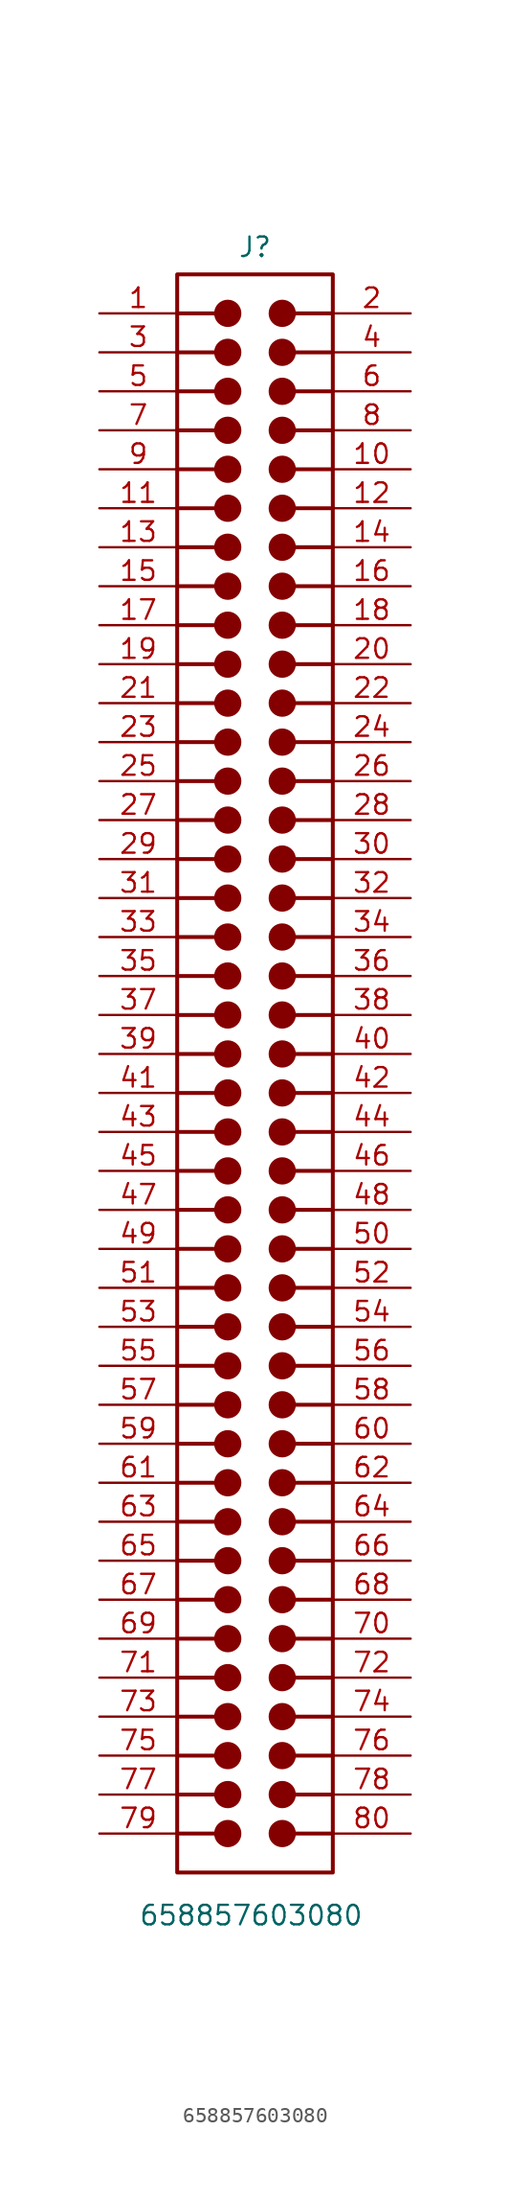
<source format=kicad_sym>
(kicad_symbol_lib
  (version 20241209)
  (generator "kicad_symbol_editor")
  (generator_version "9.0")
  (symbol "658857603080"
    (pin_names
      (hide yes))
    (property "Reference" "J"
      (at 0 52.578 0)
      (effects (font (size 1.27 1.27))))
    (property "Value" "658857603080"
      (at -0.254 -56.134 0)
      (effects (font (size 1.27 1.27))))
    (symbol "658857603080_1_1"
      (rectangle (start -5.08 50.8) (end 5.08 -53.34) (stroke (width 0.254) (type solid)) (fill (type none)))
      (polyline (pts (xy -5.08 48.26) (xy -2.54 48.26)) (stroke (width 0.254) (type solid)) (fill (type none)))
      (polyline (pts (xy -5.08 45.72) (xy -2.54 45.72)) (stroke (width 0.254) (type solid)) (fill (type none)))
      (polyline (pts (xy -5.08 43.18) (xy -2.54 43.18)) (stroke (width 0.254) (type solid)) (fill (type none)))
      (polyline (pts (xy -5.08 40.64) (xy -2.54 40.64)) (stroke (width 0.254) (type solid)) (fill (type none)))
      (polyline (pts (xy -5.08 38.1) (xy -2.54 38.1)) (stroke (width 0.254) (type solid)) (fill (type none)))
      (polyline (pts (xy -5.08 35.56) (xy -2.54 35.56)) (stroke (width 0.254) (type solid)) (fill (type none)))
      (polyline (pts (xy -5.08 33.02) (xy -2.54 33.02)) (stroke (width 0.254) (type solid)) (fill (type none)))
      (polyline (pts (xy -5.08 30.48) (xy -2.54 30.48)) (stroke (width 0.254) (type solid)) (fill (type none)))
      (polyline (pts (xy -5.08 27.94) (xy -2.54 27.94)) (stroke (width 0.254) (type solid)) (fill (type none)))
      (polyline (pts (xy -5.08 25.4) (xy -2.54 25.4)) (stroke (width 0.254) (type solid)) (fill (type none)))
      (polyline (pts (xy -5.08 22.86) (xy -2.54 22.86)) (stroke (width 0.254) (type solid)) (fill (type none)))
      (polyline (pts (xy -5.08 20.32) (xy -2.54 20.32)) (stroke (width 0.254) (type solid)) (fill (type none)))
      (polyline (pts (xy -5.08 17.78) (xy -2.54 17.78)) (stroke (width 0.254) (type solid)) (fill (type none)))
      (polyline (pts (xy -5.08 15.24) (xy -2.54 15.24)) (stroke (width 0.254) (type solid)) (fill (type none)))
      (polyline (pts (xy -5.08 12.7) (xy -2.54 12.7)) (stroke (width 0.254) (type solid)) (fill (type none)))
      (polyline (pts (xy -5.08 10.16) (xy -2.54 10.16)) (stroke (width 0.254) (type solid)) (fill (type none)))
      (polyline (pts (xy -5.08 7.62) (xy -2.54 7.62)) (stroke (width 0.254) (type solid)) (fill (type none)))
      (polyline (pts (xy -5.08 5.08) (xy -2.54 5.08)) (stroke (width 0.254) (type solid)) (fill (type none)))
      (polyline (pts (xy -5.08 2.54) (xy -2.54 2.54)) (stroke (width 0.254) (type solid)) (fill (type none)))
      (polyline (pts (xy -5.08 0) (xy -2.54 0)) (stroke (width 0.254) (type solid)) (fill (type none)))
      (polyline (pts (xy -5.08 -2.54) (xy -2.54 -2.54)) (stroke (width 0.254) (type solid)) (fill (type none)))
      (polyline (pts (xy -5.08 -5.08) (xy -2.54 -5.08)) (stroke (width 0.254) (type solid)) (fill (type none)))
      (polyline (pts (xy -5.08 -7.62) (xy -2.54 -7.62)) (stroke (width 0.254) (type solid)) (fill (type none)))
      (polyline (pts (xy -5.08 -10.16) (xy -2.54 -10.16)) (stroke (width 0.254) (type solid)) (fill (type none)))
      (polyline (pts (xy -5.08 -12.7) (xy -2.54 -12.7)) (stroke (width 0.254) (type solid)) (fill (type none)))
      (polyline (pts (xy -5.08 -15.24) (xy -2.54 -15.24)) (stroke (width 0.254) (type solid)) (fill (type none)))
      (polyline (pts (xy -5.08 -17.78) (xy -2.54 -17.78)) (stroke (width 0.254) (type solid)) (fill (type none)))
      (polyline (pts (xy -5.08 -20.32) (xy -2.54 -20.32)) (stroke (width 0.254) (type solid)) (fill (type none)))
      (polyline (pts (xy -5.08 -22.86) (xy -2.54 -22.86)) (stroke (width 0.254) (type solid)) (fill (type none)))
      (polyline (pts (xy -5.08 -25.4) (xy -2.54 -25.4)) (stroke (width 0.254) (type solid)) (fill (type none)))
      (polyline (pts (xy -5.08 -27.94) (xy -2.54 -27.94)) (stroke (width 0.254) (type solid)) (fill (type none)))
      (polyline (pts (xy -5.08 -30.48) (xy -2.54 -30.48)) (stroke (width 0.254) (type solid)) (fill (type none)))
      (polyline (pts (xy -5.08 -33.02) (xy -2.54 -33.02)) (stroke (width 0.254) (type solid)) (fill (type none)))
      (polyline (pts (xy -5.08 -35.56) (xy -2.54 -35.56)) (stroke (width 0.254) (type solid)) (fill (type none)))
      (polyline (pts (xy -5.08 -38.1) (xy -2.54 -38.1)) (stroke (width 0.254) (type solid)) (fill (type none)))
      (polyline (pts (xy -5.08 -40.64) (xy -2.54 -40.64)) (stroke (width 0.254) (type solid)) (fill (type none)))
      (polyline (pts (xy -5.08 -43.18) (xy -2.54 -43.18)) (stroke (width 0.254) (type solid)) (fill (type none)))
      (polyline (pts (xy -5.08 -45.72) (xy -2.54 -45.72)) (stroke (width 0.254) (type solid)) (fill (type none)))
      (polyline (pts (xy -5.08 -48.26) (xy -2.54 -48.26)) (stroke (width 0.254) (type solid)) (fill (type none)))
      (polyline (pts (xy -5.08 -50.8) (xy -2.54 -50.8)) (stroke (width 0.254) (type solid)) (fill (type none)))
      (circle (center -1.778 48.26) (radius 0.762) (stroke (width 0.254) (type solid)) (fill (type outline)))
      (circle (center -1.778 45.72) (radius 0.762) (stroke (width 0.254) (type solid)) (fill (type outline)))
      (circle (center -1.778 43.18) (radius 0.762) (stroke (width 0.254) (type solid)) (fill (type outline)))
      (circle (center -1.778 40.64) (radius 0.762) (stroke (width 0.254) (type solid)) (fill (type outline)))
      (circle (center -1.778 38.1) (radius 0.762) (stroke (width 0.254) (type solid)) (fill (type outline)))
      (circle (center -1.778 35.56) (radius 0.762) (stroke (width 0.254) (type solid)) (fill (type outline)))
      (circle (center -1.778 33.02) (radius 0.762) (stroke (width 0.254) (type solid)) (fill (type outline)))
      (circle (center -1.778 30.48) (radius 0.762) (stroke (width 0.254) (type solid)) (fill (type outline)))
      (circle (center -1.778 27.94) (radius 0.762) (stroke (width 0.254) (type solid)) (fill (type outline)))
      (circle (center -1.778 25.4) (radius 0.762) (stroke (width 0.254) (type solid)) (fill (type outline)))
      (circle (center -1.778 22.86) (radius 0.762) (stroke (width 0.254) (type solid)) (fill (type outline)))
      (circle (center -1.778 20.32) (radius 0.762) (stroke (width 0.254) (type solid)) (fill (type outline)))
      (circle (center -1.778 17.78) (radius 0.762) (stroke (width 0.254) (type solid)) (fill (type outline)))
      (circle (center -1.778 15.24) (radius 0.762) (stroke (width 0.254) (type solid)) (fill (type outline)))
      (circle (center -1.778 12.7) (radius 0.762) (stroke (width 0.254) (type solid)) (fill (type outline)))
      (circle (center -1.778 10.16) (radius 0.762) (stroke (width 0.254) (type solid)) (fill (type outline)))
      (circle (center -1.778 7.62) (radius 0.762) (stroke (width 0.254) (type solid)) (fill (type outline)))
      (circle (center -1.778 5.08) (radius 0.762) (stroke (width 0.254) (type solid)) (fill (type outline)))
      (circle (center -1.778 2.54) (radius 0.762) (stroke (width 0.254) (type solid)) (fill (type outline)))
      (circle (center -1.778 0) (radius 0.762) (stroke (width 0.254) (type solid)) (fill (type outline)))
      (circle (center -1.778 -2.54) (radius 0.762) (stroke (width 0.254) (type solid)) (fill (type outline)))
      (circle (center -1.778 -5.08) (radius 0.762) (stroke (width 0.254) (type solid)) (fill (type outline)))
      (circle (center -1.778 -7.62) (radius 0.762) (stroke (width 0.254) (type solid)) (fill (type outline)))
      (circle (center -1.778 -10.16) (radius 0.762) (stroke (width 0.254) (type solid)) (fill (type outline)))
      (circle (center -1.778 -12.7) (radius 0.762) (stroke (width 0.254) (type solid)) (fill (type outline)))
      (circle (center -1.778 -15.24) (radius 0.762) (stroke (width 0.254) (type solid)) (fill (type outline)))
      (circle (center -1.778 -17.78) (radius 0.762) (stroke (width 0.254) (type solid)) (fill (type outline)))
      (circle (center -1.778 -20.32) (radius 0.762) (stroke (width 0.254) (type solid)) (fill (type outline)))
      (circle (center -1.778 -22.86) (radius 0.762) (stroke (width 0.254) (type solid)) (fill (type outline)))
      (circle (center -1.778 -25.4) (radius 0.762) (stroke (width 0.254) (type solid)) (fill (type outline)))
      (circle (center -1.778 -27.94) (radius 0.762) (stroke (width 0.254) (type solid)) (fill (type outline)))
      (circle (center -1.778 -30.48) (radius 0.762) (stroke (width 0.254) (type solid)) (fill (type outline)))
      (circle (center -1.778 -33.02) (radius 0.762) (stroke (width 0.254) (type solid)) (fill (type outline)))
      (circle (center -1.778 -35.56) (radius 0.762) (stroke (width 0.254) (type solid)) (fill (type outline)))
      (circle (center -1.778 -38.1) (radius 0.762) (stroke (width 0.254) (type solid)) (fill (type outline)))
      (circle (center -1.778 -40.64) (radius 0.762) (stroke (width 0.254) (type solid)) (fill (type outline)))
      (circle (center -1.778 -43.18) (radius 0.762) (stroke (width 0.254) (type solid)) (fill (type outline)))
      (circle (center -1.778 -45.72) (radius 0.762) (stroke (width 0.254) (type solid)) (fill (type outline)))
      (circle (center -1.778 -48.26) (radius 0.762) (stroke (width 0.254) (type solid)) (fill (type outline)))
      (circle (center -1.778 -50.8) (radius 0.762) (stroke (width 0.254) (type solid)) (fill (type outline)))
      (circle (center 1.778 48.26) (radius 0.762) (stroke (width 0.254) (type solid)) (fill (type outline)))
      (circle (center 1.778 45.72) (radius 0.762) (stroke (width 0.254) (type solid)) (fill (type outline)))
      (circle (center 1.778 43.18) (radius 0.762) (stroke (width 0.254) (type solid)) (fill (type outline)))
      (circle (center 1.778 40.64) (radius 0.762) (stroke (width 0.254) (type solid)) (fill (type outline)))
      (circle (center 1.778 38.1) (radius 0.762) (stroke (width 0.254) (type solid)) (fill (type outline)))
      (circle (center 1.778 35.56) (radius 0.762) (stroke (width 0.254) (type solid)) (fill (type outline)))
      (circle (center 1.778 33.02) (radius 0.762) (stroke (width 0.254) (type solid)) (fill (type outline)))
      (circle (center 1.778 30.48) (radius 0.762) (stroke (width 0.254) (type solid)) (fill (type outline)))
      (circle (center 1.778 27.94) (radius 0.762) (stroke (width 0.254) (type solid)) (fill (type outline)))
      (circle (center 1.778 25.4) (radius 0.762) (stroke (width 0.254) (type solid)) (fill (type outline)))
      (circle (center 1.778 22.86) (radius 0.762) (stroke (width 0.254) (type solid)) (fill (type outline)))
      (circle (center 1.778 20.32) (radius 0.762) (stroke (width 0.254) (type solid)) (fill (type outline)))
      (circle (center 1.778 17.78) (radius 0.762) (stroke (width 0.254) (type solid)) (fill (type outline)))
      (circle (center 1.778 15.24) (radius 0.762) (stroke (width 0.254) (type solid)) (fill (type outline)))
      (circle (center 1.778 12.7) (radius 0.762) (stroke (width 0.254) (type solid)) (fill (type outline)))
      (circle (center 1.778 10.16) (radius 0.762) (stroke (width 0.254) (type solid)) (fill (type outline)))
      (circle (center 1.778 7.62) (radius 0.762) (stroke (width 0.254) (type solid)) (fill (type outline)))
      (circle (center 1.778 5.08) (radius 0.762) (stroke (width 0.254) (type solid)) (fill (type outline)))
      (circle (center 1.778 2.54) (radius 0.762) (stroke (width 0.254) (type solid)) (fill (type outline)))
      (circle (center 1.778 0) (radius 0.762) (stroke (width 0.254) (type solid)) (fill (type outline)))
      (circle (center 1.778 -2.54) (radius 0.762) (stroke (width 0.254) (type solid)) (fill (type outline)))
      (circle (center 1.778 -5.08) (radius 0.762) (stroke (width 0.254) (type solid)) (fill (type outline)))
      (circle (center 1.778 -7.62) (radius 0.762) (stroke (width 0.254) (type solid)) (fill (type outline)))
      (circle (center 1.778 -10.16) (radius 0.762) (stroke (width 0.254) (type solid)) (fill (type outline)))
      (circle (center 1.778 -12.7) (radius 0.762) (stroke (width 0.254) (type solid)) (fill (type outline)))
      (circle (center 1.778 -15.24) (radius 0.762) (stroke (width 0.254) (type solid)) (fill (type outline)))
      (circle (center 1.778 -17.78) (radius 0.762) (stroke (width 0.254) (type solid)) (fill (type outline)))
      (circle (center 1.778 -20.32) (radius 0.762) (stroke (width 0.254) (type solid)) (fill (type outline)))
      (circle (center 1.778 -22.86) (radius 0.762) (stroke (width 0.254) (type solid)) (fill (type outline)))
      (circle (center 1.778 -25.4) (radius 0.762) (stroke (width 0.254) (type solid)) (fill (type outline)))
      (circle (center 1.778 -27.94) (radius 0.762) (stroke (width 0.254) (type solid)) (fill (type outline)))
      (circle (center 1.778 -30.48) (radius 0.762) (stroke (width 0.254) (type solid)) (fill (type outline)))
      (circle (center 1.778 -33.02) (radius 0.762) (stroke (width 0.254) (type solid)) (fill (type outline)))
      (circle (center 1.778 -35.56) (radius 0.762) (stroke (width 0.254) (type solid)) (fill (type outline)))
      (circle (center 1.778 -38.1) (radius 0.762) (stroke (width 0.254) (type solid)) (fill (type outline)))
      (circle (center 1.778 -40.64) (radius 0.762) (stroke (width 0.254) (type solid)) (fill (type outline)))
      (circle (center 1.778 -43.18) (radius 0.762) (stroke (width 0.254) (type solid)) (fill (type outline)))
      (circle (center 1.778 -45.72) (radius 0.762) (stroke (width 0.254) (type solid)) (fill (type outline)))
      (circle (center 1.778 -48.26) (radius 0.762) (stroke (width 0.254) (type solid)) (fill (type outline)))
      (circle (center 1.778 -50.8) (radius 0.762) (stroke (width 0.254) (type solid)) (fill (type outline)))
      (polyline (pts (xy 5.08 48.26) (xy 2.54 48.26)) (stroke (width 0.254) (type solid)) (fill (type none)))
      (polyline (pts (xy 5.08 45.72) (xy 2.54 45.72)) (stroke (width 0.254) (type solid)) (fill (type none)))
      (polyline (pts (xy 5.08 43.18) (xy 2.54 43.18)) (stroke (width 0.254) (type solid)) (fill (type none)))
      (polyline (pts (xy 5.08 40.64) (xy 2.54 40.64)) (stroke (width 0.254) (type solid)) (fill (type none)))
      (polyline (pts (xy 5.08 38.1) (xy 2.54 38.1)) (stroke (width 0.254) (type solid)) (fill (type none)))
      (polyline (pts (xy 5.08 35.56) (xy 2.54 35.56)) (stroke (width 0.254) (type solid)) (fill (type none)))
      (polyline (pts (xy 5.08 33.02) (xy 2.54 33.02)) (stroke (width 0.254) (type solid)) (fill (type none)))
      (polyline (pts (xy 5.08 30.48) (xy 2.54 30.48)) (stroke (width 0.254) (type solid)) (fill (type none)))
      (polyline (pts (xy 5.08 27.94) (xy 2.54 27.94)) (stroke (width 0.254) (type solid)) (fill (type none)))
      (polyline (pts (xy 5.08 25.4) (xy 2.54 25.4)) (stroke (width 0.254) (type solid)) (fill (type none)))
      (polyline (pts (xy 5.08 22.86) (xy 2.54 22.86)) (stroke (width 0.254) (type solid)) (fill (type none)))
      (polyline (pts (xy 5.08 20.32) (xy 2.54 20.32)) (stroke (width 0.254) (type solid)) (fill (type none)))
      (polyline (pts (xy 5.08 17.78) (xy 2.54 17.78)) (stroke (width 0.254) (type solid)) (fill (type none)))
      (polyline (pts (xy 5.08 15.24) (xy 2.54 15.24)) (stroke (width 0.254) (type solid)) (fill (type none)))
      (polyline (pts (xy 5.08 12.7) (xy 2.54 12.7)) (stroke (width 0.254) (type solid)) (fill (type none)))
      (polyline (pts (xy 5.08 10.16) (xy 2.54 10.16)) (stroke (width 0.254) (type solid)) (fill (type none)))
      (polyline (pts (xy 5.08 7.62) (xy 2.54 7.62)) (stroke (width 0.254) (type solid)) (fill (type none)))
      (polyline (pts (xy 5.08 5.08) (xy 2.54 5.08)) (stroke (width 0.254) (type solid)) (fill (type none)))
      (polyline (pts (xy 5.08 2.54) (xy 2.54 2.54)) (stroke (width 0.254) (type solid)) (fill (type none)))
      (polyline (pts (xy 5.08 0) (xy 2.54 0)) (stroke (width 0.254) (type solid)) (fill (type none)))
      (polyline (pts (xy 5.08 -2.54) (xy 2.54 -2.54)) (stroke (width 0.254) (type solid)) (fill (type none)))
      (polyline (pts (xy 5.08 -5.08) (xy 2.54 -5.08)) (stroke (width 0.254) (type solid)) (fill (type none)))
      (polyline (pts (xy 5.08 -7.62) (xy 2.54 -7.62)) (stroke (width 0.254) (type solid)) (fill (type none)))
      (polyline (pts (xy 5.08 -10.16) (xy 2.54 -10.16)) (stroke (width 0.254) (type solid)) (fill (type none)))
      (polyline (pts (xy 5.08 -12.7) (xy 2.54 -12.7)) (stroke (width 0.254) (type solid)) (fill (type none)))
      (polyline (pts (xy 5.08 -15.24) (xy 2.54 -15.24)) (stroke (width 0.254) (type solid)) (fill (type none)))
      (polyline (pts (xy 5.08 -17.78) (xy 2.54 -17.78)) (stroke (width 0.254) (type solid)) (fill (type none)))
      (polyline (pts (xy 5.08 -20.32) (xy 2.54 -20.32)) (stroke (width 0.254) (type solid)) (fill (type none)))
      (polyline (pts (xy 5.08 -22.86) (xy 2.54 -22.86)) (stroke (width 0.254) (type solid)) (fill (type none)))
      (polyline (pts (xy 5.08 -25.4) (xy 2.54 -25.4)) (stroke (width 0.254) (type solid)) (fill (type none)))
      (polyline (pts (xy 5.08 -27.94) (xy 2.54 -27.94)) (stroke (width 0.254) (type solid)) (fill (type none)))
      (polyline (pts (xy 5.08 -30.48) (xy 2.54 -30.48)) (stroke (width 0.254) (type solid)) (fill (type none)))
      (polyline (pts (xy 5.08 -33.02) (xy 2.54 -33.02)) (stroke (width 0.254) (type solid)) (fill (type none)))
      (polyline (pts (xy 5.08 -35.56) (xy 2.54 -35.56)) (stroke (width 0.254) (type solid)) (fill (type none)))
      (polyline (pts (xy 5.08 -38.1) (xy 2.54 -38.1)) (stroke (width 0.254) (type solid)) (fill (type none)))
      (polyline (pts (xy 5.08 -40.64) (xy 2.54 -40.64)) (stroke (width 0.254) (type solid)) (fill (type none)))
      (polyline (pts (xy 5.08 -43.18) (xy 2.54 -43.18)) (stroke (width 0.254) (type solid)) (fill (type none)))
      (polyline (pts (xy 5.08 -45.72) (xy 2.54 -45.72)) (stroke (width 0.254) (type solid)) (fill (type none)))
      (polyline (pts (xy 5.08 -48.26) (xy 2.54 -48.26)) (stroke (width 0.254) (type solid)) (fill (type none)))
      (polyline (pts (xy 5.08 -50.8) (xy 2.54 -50.8)) (stroke (width 0.254) (type solid)) (fill (type none)))
      (pin passive line (at -10.16 48.26 0) (length 5.08) (name "1" (effects (font (size 1.27 1.27)))) (number "1" (effects (font (size 1.27 1.27)))))
      (pin passive line (at -10.16 45.72 0) (length 5.08) (name "3" (effects (font (size 1.27 1.27)))) (number "3" (effects (font (size 1.27 1.27)))))
      (pin passive line (at -10.16 43.18 0) (length 5.08) (name "5" (effects (font (size 1.27 1.27)))) (number "5" (effects (font (size 1.27 1.27)))))
      (pin passive line (at -10.16 40.64 0) (length 5.08) (name "7" (effects (font (size 1.27 1.27)))) (number "7" (effects (font (size 1.27 1.27)))))
      (pin passive line (at -10.16 38.1 0) (length 5.08) (name "9" (effects (font (size 1.27 1.27)))) (number "9" (effects (font (size 1.27 1.27)))))
      (pin passive line (at -10.16 35.56 0) (length 5.08) (name "11" (effects (font (size 1.27 1.27)))) (number "11" (effects (font (size 1.27 1.27)))))
      (pin passive line (at -10.16 33.02 0) (length 5.08) (name "13" (effects (font (size 1.27 1.27)))) (number "13" (effects (font (size 1.27 1.27)))))
      (pin passive line (at -10.16 30.48 0) (length 5.08) (name "15" (effects (font (size 1.27 1.27)))) (number "15" (effects (font (size 1.27 1.27)))))
      (pin passive line (at -10.16 27.94 0) (length 5.08) (name "17" (effects (font (size 1.27 1.27)))) (number "17" (effects (font (size 1.27 1.27)))))
      (pin passive line (at -10.16 25.4 0) (length 5.08) (name "19" (effects (font (size 1.27 1.27)))) (number "19" (effects (font (size 1.27 1.27)))))
      (pin passive line (at -10.16 22.86 0) (length 5.08) (name "21" (effects (font (size 1.27 1.27)))) (number "21" (effects (font (size 1.27 1.27)))))
      (pin passive line (at -10.16 20.32 0) (length 5.08) (name "23" (effects (font (size 1.27 1.27)))) (number "23" (effects (font (size 1.27 1.27)))))
      (pin passive line (at -10.16 17.78 0) (length 5.08) (name "25" (effects (font (size 1.27 1.27)))) (number "25" (effects (font (size 1.27 1.27)))))
      (pin passive line (at -10.16 15.24 0) (length 5.08) (name "27" (effects (font (size 1.27 1.27)))) (number "27" (effects (font (size 1.27 1.27)))))
      (pin passive line (at -10.16 12.7 0) (length 5.08) (name "29" (effects (font (size 1.27 1.27)))) (number "29" (effects (font (size 1.27 1.27)))))
      (pin passive line (at -10.16 10.16 0) (length 5.08) (name "31" (effects (font (size 1.27 1.27)))) (number "31" (effects (font (size 1.27 1.27)))))
      (pin passive line (at -10.16 7.62 0) (length 5.08) (name "33" (effects (font (size 1.27 1.27)))) (number "33" (effects (font (size 1.27 1.27)))))
      (pin passive line (at -10.16 5.08 0) (length 5.08) (name "35" (effects (font (size 1.27 1.27)))) (number "35" (effects (font (size 1.27 1.27)))))
      (pin passive line (at -10.16 2.54 0) (length 5.08) (name "37" (effects (font (size 1.27 1.27)))) (number "37" (effects (font (size 1.27 1.27)))))
      (pin passive line (at -10.16 0 0) (length 5.08) (name "39" (effects (font (size 1.27 1.27)))) (number "39" (effects (font (size 1.27 1.27)))))
      (pin passive line (at -10.16 -2.54 0) (length 5.08) (name "41" (effects (font (size 1.27 1.27)))) (number "41" (effects (font (size 1.27 1.27)))))
      (pin passive line (at -10.16 -5.08 0) (length 5.08) (name "43" (effects (font (size 1.27 1.27)))) (number "43" (effects (font (size 1.27 1.27)))))
      (pin passive line (at -10.16 -7.62 0) (length 5.08) (name "45" (effects (font (size 1.27 1.27)))) (number "45" (effects (font (size 1.27 1.27)))))
      (pin passive line (at -10.16 -10.16 0) (length 5.08) (name "47" (effects (font (size 1.27 1.27)))) (number "47" (effects (font (size 1.27 1.27)))))
      (pin passive line (at -10.16 -12.7 0) (length 5.08) (name "49" (effects (font (size 1.27 1.27)))) (number "49" (effects (font (size 1.27 1.27)))))
      (pin passive line (at -10.16 -15.24 0) (length 5.08) (name "51" (effects (font (size 1.27 1.27)))) (number "51" (effects (font (size 1.27 1.27)))))
      (pin passive line (at -10.16 -17.78 0) (length 5.08) (name "53" (effects (font (size 1.27 1.27)))) (number "53" (effects (font (size 1.27 1.27)))))
      (pin passive line (at -10.16 -20.32 0) (length 5.08) (name "55" (effects (font (size 1.27 1.27)))) (number "55" (effects (font (size 1.27 1.27)))))
      (pin passive line (at -10.16 -22.86 0) (length 5.08) (name "57" (effects (font (size 1.27 1.27)))) (number "57" (effects (font (size 1.27 1.27)))))
      (pin passive line (at -10.16 -25.4 0) (length 5.08) (name "59" (effects (font (size 1.27 1.27)))) (number "59" (effects (font (size 1.27 1.27)))))
      (pin passive line (at -10.16 -27.94 0) (length 5.08) (name "61" (effects (font (size 1.27 1.27)))) (number "61" (effects (font (size 1.27 1.27)))))
      (pin passive line (at -10.16 -30.48 0) (length 5.08) (name "63" (effects (font (size 1.27 1.27)))) (number "63" (effects (font (size 1.27 1.27)))))
      (pin passive line (at -10.16 -33.02 0) (length 5.08) (name "65" (effects (font (size 1.27 1.27)))) (number "65" (effects (font (size 1.27 1.27)))))
      (pin passive line (at -10.16 -35.56 0) (length 5.08) (name "67" (effects (font (size 1.27 1.27)))) (number "67" (effects (font (size 1.27 1.27)))))
      (pin passive line (at -10.16 -38.1 0) (length 5.08) (name "69" (effects (font (size 1.27 1.27)))) (number "69" (effects (font (size 1.27 1.27)))))
      (pin passive line (at -10.16 -40.64 0) (length 5.08) (name "71" (effects (font (size 1.27 1.27)))) (number "71" (effects (font (size 1.27 1.27)))))
      (pin passive line (at -10.16 -43.18 0) (length 5.08) (name "73" (effects (font (size 1.27 1.27)))) (number "73" (effects (font (size 1.27 1.27)))))
      (pin passive line (at -10.16 -45.72 0) (length 5.08) (name "75" (effects (font (size 1.27 1.27)))) (number "75" (effects (font (size 1.27 1.27)))))
      (pin passive line (at -10.16 -48.26 0) (length 5.08) (name "77" (effects (font (size 1.27 1.27)))) (number "77" (effects (font (size 1.27 1.27)))))
      (pin passive line (at -10.16 -50.8 0) (length 5.08) (name "79" (effects (font (size 1.27 1.27)))) (number "79" (effects (font (size 1.27 1.27)))))
      (pin passive line (at 10.16 48.26 180) (length 5.08) (name "2" (effects (font (size 1.27 1.27)))) (number "2" (effects (font (size 1.27 1.27)))))
      (pin passive line (at 10.16 45.72 180) (length 5.08) (name "4" (effects (font (size 1.27 1.27)))) (number "4" (effects (font (size 1.27 1.27)))))
      (pin passive line (at 10.16 43.18 180) (length 5.08) (name "6" (effects (font (size 1.27 1.27)))) (number "6" (effects (font (size 1.27 1.27)))))
      (pin passive line (at 10.16 40.64 180) (length 5.08) (name "8" (effects (font (size 1.27 1.27)))) (number "8" (effects (font (size 1.27 1.27)))))
      (pin passive line (at 10.16 38.1 180) (length 5.08) (name "10" (effects (font (size 1.27 1.27)))) (number "10" (effects (font (size 1.27 1.27)))))
      (pin passive line (at 10.16 35.56 180) (length 5.08) (name "12" (effects (font (size 1.27 1.27)))) (number "12" (effects (font (size 1.27 1.27)))))
      (pin passive line (at 10.16 33.02 180) (length 5.08) (name "14" (effects (font (size 1.27 1.27)))) (number "14" (effects (font (size 1.27 1.27)))))
      (pin passive line (at 10.16 30.48 180) (length 5.08) (name "16" (effects (font (size 1.27 1.27)))) (number "16" (effects (font (size 1.27 1.27)))))
      (pin passive line (at 10.16 27.94 180) (length 5.08) (name "18" (effects (font (size 1.27 1.27)))) (number "18" (effects (font (size 1.27 1.27)))))
      (pin passive line (at 10.16 25.4 180) (length 5.08) (name "20" (effects (font (size 1.27 1.27)))) (number "20" (effects (font (size 1.27 1.27)))))
      (pin passive line (at 10.16 22.86 180) (length 5.08) (name "22" (effects (font (size 1.27 1.27)))) (number "22" (effects (font (size 1.27 1.27)))))
      (pin passive line (at 10.16 20.32 180) (length 5.08) (name "24" (effects (font (size 1.27 1.27)))) (number "24" (effects (font (size 1.27 1.27)))))
      (pin passive line (at 10.16 17.78 180) (length 5.08) (name "1" (effects (font (size 1.27 1.27)))) (number "26" (effects (font (size 1.27 1.27)))))
      (pin passive line (at 10.16 15.24 180) (length 5.08) (name "28" (effects (font (size 1.27 1.27)))) (number "28" (effects (font (size 1.27 1.27)))))
      (pin passive line (at 10.16 12.7 180) (length 5.08) (name "30" (effects (font (size 1.27 1.27)))) (number "30" (effects (font (size 1.27 1.27)))))
      (pin passive line (at 10.16 10.16 180) (length 5.08) (name "32" (effects (font (size 1.27 1.27)))) (number "32" (effects (font (size 1.27 1.27)))))
      (pin passive line (at 10.16 7.62 180) (length 5.08) (name "34" (effects (font (size 1.27 1.27)))) (number "34" (effects (font (size 1.27 1.27)))))
      (pin passive line (at 10.16 5.08 180) (length 5.08) (name "36" (effects (font (size 1.27 1.27)))) (number "36" (effects (font (size 1.27 1.27)))))
      (pin passive line (at 10.16 2.54 180) (length 5.08) (name "38" (effects (font (size 1.27 1.27)))) (number "38" (effects (font (size 1.27 1.27)))))
      (pin passive line (at 10.16 0 180) (length 5.08) (name "40" (effects (font (size 1.27 1.27)))) (number "40" (effects (font (size 1.27 1.27)))))
      (pin passive line (at 10.16 -2.54 180) (length 5.08) (name "42" (effects (font (size 1.27 1.27)))) (number "42" (effects (font (size 1.27 1.27)))))
      (pin passive line (at 10.16 -5.08 180) (length 5.08) (name "44" (effects (font (size 1.27 1.27)))) (number "44" (effects (font (size 1.27 1.27)))))
      (pin passive line (at 10.16 -7.62 180) (length 5.08) (name "46" (effects (font (size 1.27 1.27)))) (number "46" (effects (font (size 1.27 1.27)))))
      (pin passive line (at 10.16 -10.16 180) (length 5.08) (name "48" (effects (font (size 1.27 1.27)))) (number "48" (effects (font (size 1.27 1.27)))))
      (pin passive line (at 10.16 -12.7 180) (length 5.08) (name "50" (effects (font (size 1.27 1.27)))) (number "50" (effects (font (size 1.27 1.27)))))
      (pin passive line (at 10.16 -15.24 180) (length 5.08) (name "52" (effects (font (size 1.27 1.27)))) (number "52" (effects (font (size 1.27 1.27)))))
      (pin passive line (at 10.16 -17.78 180) (length 5.08) (name "54" (effects (font (size 1.27 1.27)))) (number "54" (effects (font (size 1.27 1.27)))))
      (pin passive line (at 10.16 -20.32 180) (length 5.08) (name "56" (effects (font (size 1.27 1.27)))) (number "56" (effects (font (size 1.27 1.27)))))
      (pin passive line (at 10.16 -22.86 180) (length 5.08) (name "58" (effects (font (size 1.27 1.27)))) (number "58" (effects (font (size 1.27 1.27)))))
      (pin passive line (at 10.16 -25.4 180) (length 5.08) (name "60" (effects (font (size 1.27 1.27)))) (number "60" (effects (font (size 1.27 1.27)))))
      (pin passive line (at 10.16 -27.94 180) (length 5.08) (name "62" (effects (font (size 1.27 1.27)))) (number "62" (effects (font (size 1.27 1.27)))))
      (pin passive line (at 10.16 -30.48 180) (length 5.08) (name "64" (effects (font (size 1.27 1.27)))) (number "64" (effects (font (size 1.27 1.27)))))
      (pin passive line (at 10.16 -33.02 180) (length 5.08) (name "66" (effects (font (size 1.27 1.27)))) (number "66" (effects (font (size 1.27 1.27)))))
      (pin passive line (at 10.16 -35.56 180) (length 5.08) (name "68" (effects (font (size 1.27 1.27)))) (number "68" (effects (font (size 1.27 1.27)))))
      (pin passive line (at 10.16 -38.1 180) (length 5.08) (name "70" (effects (font (size 1.27 1.27)))) (number "70" (effects (font (size 1.27 1.27)))))
      (pin passive line (at 10.16 -40.64 180) (length 5.08) (name "72" (effects (font (size 1.27 1.27)))) (number "72" (effects (font (size 1.27 1.27)))))
      (pin passive line (at 10.16 -43.18 180) (length 5.08) (name "74" (effects (font (size 1.27 1.27)))) (number "74" (effects (font (size 1.27 1.27)))))
      (pin passive line (at 10.16 -45.72 180) (length 5.08) (name "76" (effects (font (size 1.27 1.27)))) (number "76" (effects (font (size 1.27 1.27)))))
      (pin passive line (at 10.16 -48.26 180) (length 5.08) (name "78" (effects (font (size 1.27 1.27)))) (number "78" (effects (font (size 1.27 1.27)))))
      (pin passive line (at 10.16 -50.8 180) (length 5.08) (name "80" (effects (font (size 1.27 1.27)))) (number "80" (effects (font (size 1.27 1.27))))))))
</source>
